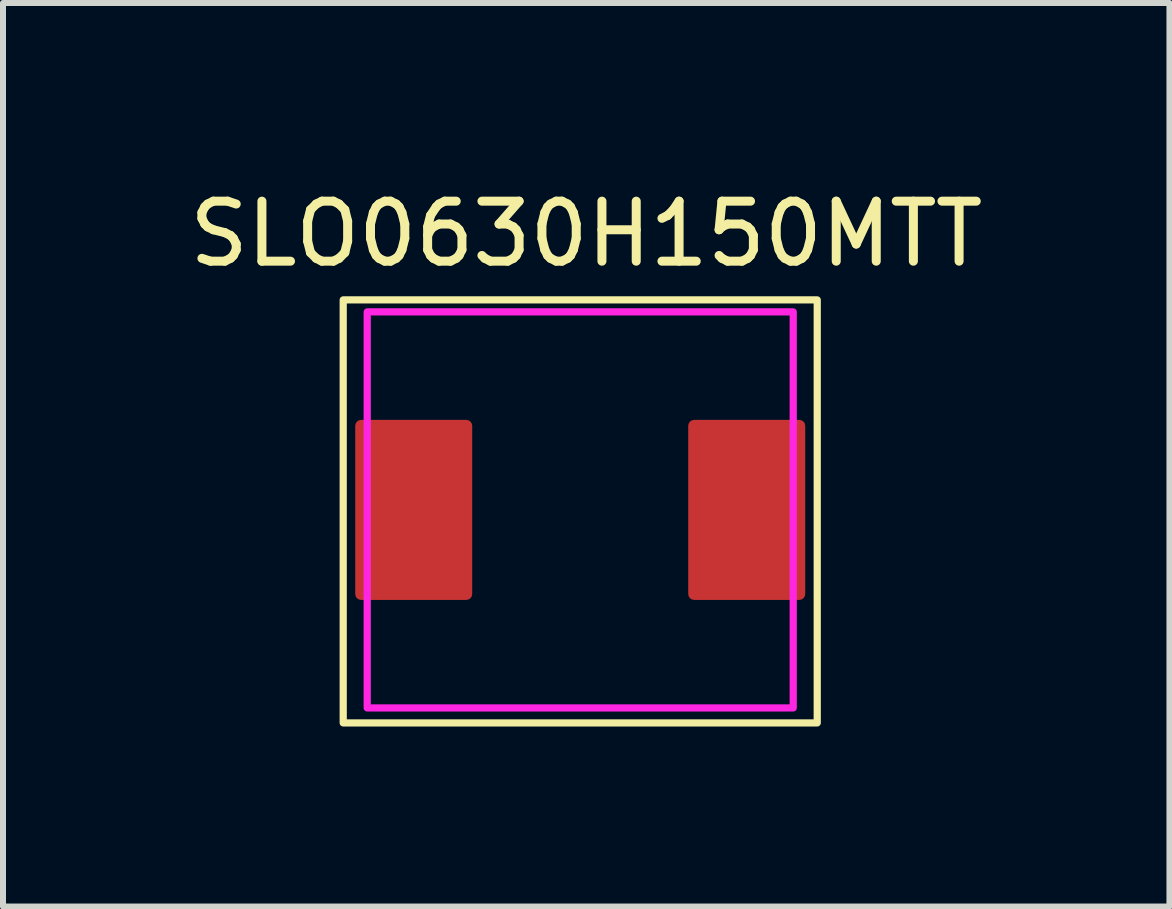
<source format=kicad_pcb>
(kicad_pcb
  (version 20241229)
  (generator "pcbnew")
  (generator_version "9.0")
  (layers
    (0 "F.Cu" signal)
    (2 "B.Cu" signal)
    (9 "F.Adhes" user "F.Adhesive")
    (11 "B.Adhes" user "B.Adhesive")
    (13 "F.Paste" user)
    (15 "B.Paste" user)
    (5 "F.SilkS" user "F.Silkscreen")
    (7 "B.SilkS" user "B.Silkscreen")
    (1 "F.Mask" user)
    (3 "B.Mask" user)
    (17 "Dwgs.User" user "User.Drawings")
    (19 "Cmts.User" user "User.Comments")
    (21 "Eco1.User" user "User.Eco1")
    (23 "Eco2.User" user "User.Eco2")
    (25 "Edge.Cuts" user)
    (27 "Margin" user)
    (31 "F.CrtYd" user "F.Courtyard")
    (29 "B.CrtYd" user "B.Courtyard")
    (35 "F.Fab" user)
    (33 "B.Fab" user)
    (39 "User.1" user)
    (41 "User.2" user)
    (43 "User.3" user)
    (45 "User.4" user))
  (footprint "SLO0630H150MTT"
    (layer "F.Cu")
    (at 6.62 5.448)
    (property "Reference" "SLO0630H150MTT" (at 0.1 -4.6 0) (unlocked yes) (layer "F.SilkS") (effects (font (size 1 1) (thickness 0.15))))
    (attr smd)
    (fp_rect (start -3.95 -3.5) (end 3.95 3.55) (stroke (width 0.12) (type solid)) (fill no) (layer "F.SilkS"))
    (fp_rect (start -3.55 -3.3) (end 3.55 3.3) (stroke (width 0.12) (type solid)) (fill no) (layer "F.CrtYd"))
    (pad "1" smd roundrect (at -2.775 0) (size 1.95 3) (layers "F.Cu" "F.Mask" "F.Paste") (roundrect_rratio 0.05))
    (pad "2" smd roundrect (at 2.775 0) (size 1.95 3) (layers "F.Cu" "F.Mask" "F.Paste") (roundrect_rratio 0.05)))
  (gr_rect
    (start -3 -3)
    (end 16.44 12.058)
    (stroke (width 0.1) (type default))
    (fill no)
    (layer "Edge.Cuts")))
</source>
